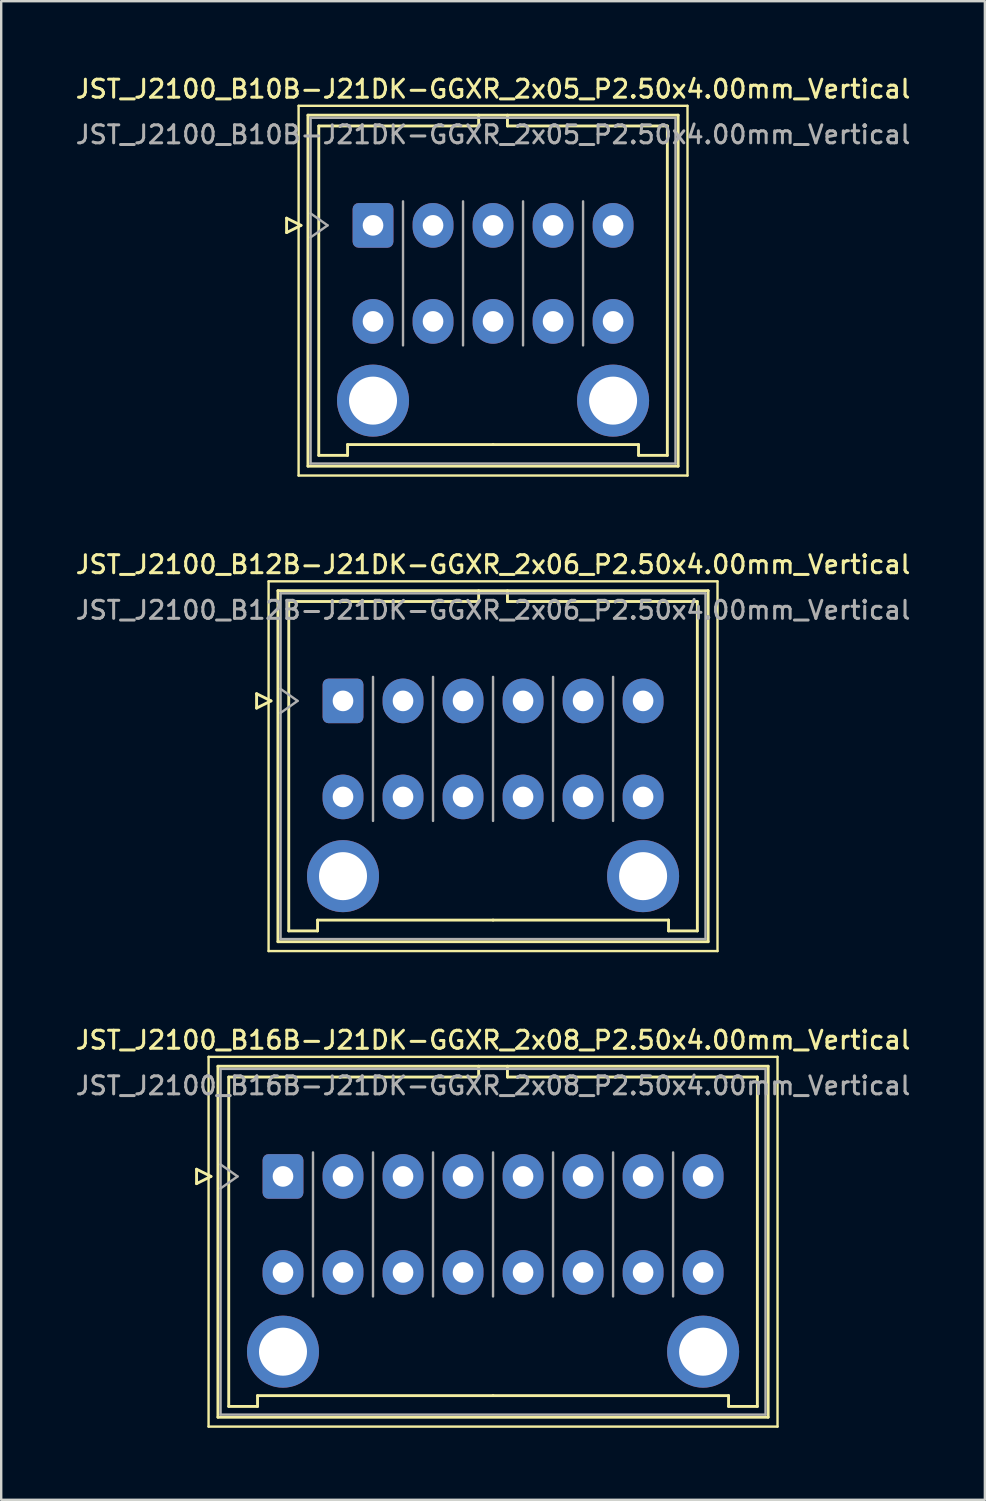
<source format=kicad_pcb>
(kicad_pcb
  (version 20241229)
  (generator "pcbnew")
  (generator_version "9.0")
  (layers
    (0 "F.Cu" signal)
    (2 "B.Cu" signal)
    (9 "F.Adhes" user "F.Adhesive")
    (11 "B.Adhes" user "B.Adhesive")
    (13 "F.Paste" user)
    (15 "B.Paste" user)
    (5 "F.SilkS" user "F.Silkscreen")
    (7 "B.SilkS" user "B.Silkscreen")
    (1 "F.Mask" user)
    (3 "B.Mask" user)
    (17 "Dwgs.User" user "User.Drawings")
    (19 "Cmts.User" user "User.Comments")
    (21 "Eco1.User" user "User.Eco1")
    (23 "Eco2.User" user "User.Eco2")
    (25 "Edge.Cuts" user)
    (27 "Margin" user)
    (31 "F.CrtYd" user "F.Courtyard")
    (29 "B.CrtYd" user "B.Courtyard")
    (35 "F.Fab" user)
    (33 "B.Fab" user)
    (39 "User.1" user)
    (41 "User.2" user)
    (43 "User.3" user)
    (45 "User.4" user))
  (footprint "JST_J2100_B10B-J21DK-GGXR_2x05_P2.50x4.00mm_Vertical"
    (layer "F.Cu")
    (at 12.488 6.338)
    (property "Reference" "JST_J2100_B10B-J21DK-GGXR_2x05_P2.50x4.00mm_Vertical" (at 5 -5.68 0) (layer "F.SilkS") (effects (font (size 0.75 0.75) (thickness 0.125))))
    (attr through_hole)
    (fp_line (start -3.6 -0.3) (end -3 0) (stroke (width 0.12) (type solid)) (layer "F.SilkS"))
    (fp_line (start -3.6 0.3) (end -3.6 -0.3) (stroke (width 0.12) (type solid)) (layer "F.SilkS"))
    (fp_line (start -3.1 -4.98) (end -3.1 10.42) (stroke (width 0.1) (type solid)) (layer "F.SilkS"))
    (fp_line (start -3.1 10.42) (end 13.1 10.42) (stroke (width 0.1) (type solid)) (layer "F.SilkS"))
    (fp_line (start -3 0) (end -3.6 0.3) (stroke (width 0.12) (type solid)) (layer "F.SilkS"))
    (fp_line (start -2.71 -4.59) (end -2.71 10.03) (stroke (width 0.12) (type solid)) (layer "F.SilkS"))
    (fp_line (start -2.71 10.03) (end 12.71 10.03) (stroke (width 0.12) (type solid)) (layer "F.SilkS"))
    (fp_line (start -2.26 -4.14) (end -2.26 9.58) (stroke (width 0.12) (type solid)) (layer "F.SilkS"))
    (fp_line (start -2.26 9.58) (end -1.06 9.58) (stroke (width 0.12) (type solid)) (layer "F.SilkS"))
    (fp_line (start -1.06 9.13) (end 5 9.13) (stroke (width 0.12) (type solid)) (layer "F.SilkS"))
    (fp_line (start -1.06 9.58) (end -1.06 9.13) (stroke (width 0.12) (type solid)) (layer "F.SilkS"))
    (fp_line (start 4.4 -4.59) (end 4.4 -4.14) (stroke (width 0.12) (type solid)) (layer "F.SilkS"))
    (fp_line (start 4.4 -4.14) (end -2.26 -4.14) (stroke (width 0.12) (type solid)) (layer "F.SilkS"))
    (fp_line (start 5.6 -4.59) (end 5.6 -4.14) (stroke (width 0.12) (type solid)) (layer "F.SilkS"))
    (fp_line (start 5.6 -4.14) (end 12.26 -4.14) (stroke (width 0.12) (type solid)) (layer "F.SilkS"))
    (fp_line (start 11.06 9.13) (end 5 9.13) (stroke (width 0.12) (type solid)) (layer "F.SilkS"))
    (fp_line (start 11.06 9.58) (end 11.06 9.13) (stroke (width 0.12) (type solid)) (layer "F.SilkS"))
    (fp_line (start 12.26 -4.14) (end 12.26 9.58) (stroke (width 0.12) (type solid)) (layer "F.SilkS"))
    (fp_line (start 12.26 9.58) (end 11.06 9.58) (stroke (width 0.12) (type solid)) (layer "F.SilkS"))
    (fp_line (start 12.71 -4.59) (end -2.71 -4.59) (stroke (width 0.12) (type solid)) (layer "F.SilkS"))
    (fp_line (start 12.71 10.03) (end 12.71 -4.59) (stroke (width 0.12) (type solid)) (layer "F.SilkS"))
    (fp_line (start 13.1 -4.98) (end -3.1 -4.98) (stroke (width 0.1) (type solid)) (layer "F.SilkS"))
    (fp_line (start 13.1 10.42) (end 13.1 -4.98) (stroke (width 0.1) (type solid)) (layer "F.SilkS"))
    (fp_line (start -2.6 -4.48) (end -2.6 9.92) (stroke (width 0.1) (type solid)) (layer "F.Fab"))
    (fp_line (start -2.6 0.5) (end -1.893 0) (stroke (width 0.1) (type solid)) (layer "F.Fab"))
    (fp_line (start -2.6 9.92) (end 12.6 9.92) (stroke (width 0.1) (type solid)) (layer "F.Fab"))
    (fp_line (start -1.893 0) (end -2.6 -0.5) (stroke (width 0.1) (type solid)) (layer "F.Fab"))
    (fp_line (start 1.25 5) (end 1.25 -1) (stroke (width 0.1) (type solid)) (layer "F.Fab"))
    (fp_line (start 3.75 5) (end 3.75 -1) (stroke (width 0.1) (type solid)) (layer "F.Fab"))
    (fp_line (start 6.25 5) (end 6.25 -1) (stroke (width 0.1) (type solid)) (layer "F.Fab"))
    (fp_line (start 8.75 5) (end 8.75 -1) (stroke (width 0.1) (type solid)) (layer "F.Fab"))
    (fp_line (start 12.6 -4.48) (end -2.6 -4.48) (stroke (width 0.1) (type solid)) (layer "F.Fab"))
    (fp_line (start 12.6 9.92) (end 12.6 -4.48) (stroke (width 0.1) (type solid)) (layer "F.Fab"))
    (fp_text user "${REFERENCE}" (at 5 -3.78 0) (layer "F.Fab") (effects (font (size 0.75 0.75) (thickness 0.125))))
    (pad "" thru_hole circle (at 0 7.3) (size 3 3) (drill 2) (layers "*.Cu" "*.Mask"))
    (pad "" thru_hole circle (at 10 7.3) (size 3 3) (drill 2) (layers "*.Cu" "*.Mask"))
    (pad "1" thru_hole roundrect (at 0 0) (size 1.7 1.86) (drill 0.86) (layers "*.Cu" "*.Mask") (roundrect_rratio 0.147))
    (pad "2" thru_hole oval (at 2.5 0) (size 1.7 1.86) (drill 0.86) (layers "*.Cu" "*.Mask"))
    (pad "3" thru_hole oval (at 5 0) (size 1.7 1.86) (drill 0.86) (layers "*.Cu" "*.Mask"))
    (pad "4" thru_hole oval (at 7.5 0) (size 1.7 1.86) (drill 0.86) (layers "*.Cu" "*.Mask"))
    (pad "5" thru_hole oval (at 10 0) (size 1.7 1.86) (drill 0.86) (layers "*.Cu" "*.Mask"))
    (pad "6" thru_hole oval (at 0 4) (size 1.7 1.86) (drill 0.86) (layers "*.Cu" "*.Mask"))
    (pad "7" thru_hole oval (at 2.5 4) (size 1.7 1.86) (drill 0.86) (layers "*.Cu" "*.Mask"))
    (pad "8" thru_hole oval (at 5 4) (size 1.7 1.86) (drill 0.86) (layers "*.Cu" "*.Mask"))
    (pad "9" thru_hole oval (at 7.5 4) (size 1.7 1.86) (drill 0.86) (layers "*.Cu" "*.Mask"))
    (pad "10" thru_hole oval (at 10 4) (size 1.7 1.86) (drill 0.86) (layers "*.Cu" "*.Mask")))
  (footprint "JST_J2100_B12B-J21DK-GGXR_2x06_P2.50x4.00mm_Vertical"
    (layer "F.Cu")
    (at 11.238 26.146)
    (property "Reference" "JST_J2100_B12B-J21DK-GGXR_2x06_P2.50x4.00mm_Vertical" (at 6.25 -5.68 0) (layer "F.SilkS") (effects (font (size 0.75 0.75) (thickness 0.125))))
    (attr through_hole)
    (fp_line (start -3.6 -0.3) (end -3 0) (stroke (width 0.12) (type solid)) (layer "F.SilkS"))
    (fp_line (start -3.6 0.3) (end -3.6 -0.3) (stroke (width 0.12) (type solid)) (layer "F.SilkS"))
    (fp_line (start -3.1 -4.98) (end -3.1 10.42) (stroke (width 0.1) (type solid)) (layer "F.SilkS"))
    (fp_line (start -3.1 10.42) (end 15.6 10.42) (stroke (width 0.1) (type solid)) (layer "F.SilkS"))
    (fp_line (start -3 0) (end -3.6 0.3) (stroke (width 0.12) (type solid)) (layer "F.SilkS"))
    (fp_line (start -2.71 -4.59) (end -2.71 10.03) (stroke (width 0.12) (type solid)) (layer "F.SilkS"))
    (fp_line (start -2.71 10.03) (end 15.21 10.03) (stroke (width 0.12) (type solid)) (layer "F.SilkS"))
    (fp_line (start -2.26 -4.14) (end -2.26 9.58) (stroke (width 0.12) (type solid)) (layer "F.SilkS"))
    (fp_line (start -2.26 9.58) (end -1.06 9.58) (stroke (width 0.12) (type solid)) (layer "F.SilkS"))
    (fp_line (start -1.06 9.13) (end 6.25 9.13) (stroke (width 0.12) (type solid)) (layer "F.SilkS"))
    (fp_line (start -1.06 9.58) (end -1.06 9.13) (stroke (width 0.12) (type solid)) (layer "F.SilkS"))
    (fp_line (start 5.65 -4.59) (end 5.65 -4.14) (stroke (width 0.12) (type solid)) (layer "F.SilkS"))
    (fp_line (start 5.65 -4.14) (end -2.26 -4.14) (stroke (width 0.12) (type solid)) (layer "F.SilkS"))
    (fp_line (start 6.85 -4.59) (end 6.85 -4.14) (stroke (width 0.12) (type solid)) (layer "F.SilkS"))
    (fp_line (start 6.85 -4.14) (end 14.76 -4.14) (stroke (width 0.12) (type solid)) (layer "F.SilkS"))
    (fp_line (start 13.56 9.13) (end 6.25 9.13) (stroke (width 0.12) (type solid)) (layer "F.SilkS"))
    (fp_line (start 13.56 9.58) (end 13.56 9.13) (stroke (width 0.12) (type solid)) (layer "F.SilkS"))
    (fp_line (start 14.76 -4.14) (end 14.76 9.58) (stroke (width 0.12) (type solid)) (layer "F.SilkS"))
    (fp_line (start 14.76 9.58) (end 13.56 9.58) (stroke (width 0.12) (type solid)) (layer "F.SilkS"))
    (fp_line (start 15.21 -4.59) (end -2.71 -4.59) (stroke (width 0.12) (type solid)) (layer "F.SilkS"))
    (fp_line (start 15.21 10.03) (end 15.21 -4.59) (stroke (width 0.12) (type solid)) (layer "F.SilkS"))
    (fp_line (start 15.6 -4.98) (end -3.1 -4.98) (stroke (width 0.1) (type solid)) (layer "F.SilkS"))
    (fp_line (start 15.6 10.42) (end 15.6 -4.98) (stroke (width 0.1) (type solid)) (layer "F.SilkS"))
    (fp_line (start -2.6 -4.48) (end -2.6 9.92) (stroke (width 0.1) (type solid)) (layer "F.Fab"))
    (fp_line (start -2.6 0.5) (end -1.893 0) (stroke (width 0.1) (type solid)) (layer "F.Fab"))
    (fp_line (start -2.6 9.92) (end 15.1 9.92) (stroke (width 0.1) (type solid)) (layer "F.Fab"))
    (fp_line (start -1.893 0) (end -2.6 -0.5) (stroke (width 0.1) (type solid)) (layer "F.Fab"))
    (fp_line (start 1.25 5) (end 1.25 -1) (stroke (width 0.1) (type solid)) (layer "F.Fab"))
    (fp_line (start 3.75 5) (end 3.75 -1) (stroke (width 0.1) (type solid)) (layer "F.Fab"))
    (fp_line (start 6.25 5) (end 6.25 -1) (stroke (width 0.1) (type solid)) (layer "F.Fab"))
    (fp_line (start 8.75 5) (end 8.75 -1) (stroke (width 0.1) (type solid)) (layer "F.Fab"))
    (fp_line (start 11.25 5) (end 11.25 -1) (stroke (width 0.1) (type solid)) (layer "F.Fab"))
    (fp_line (start 15.1 -4.48) (end -2.6 -4.48) (stroke (width 0.1) (type solid)) (layer "F.Fab"))
    (fp_line (start 15.1 9.92) (end 15.1 -4.48) (stroke (width 0.1) (type solid)) (layer "F.Fab"))
    (fp_text user "${REFERENCE}" (at 6.25 -3.78 0) (layer "F.Fab") (effects (font (size 0.75 0.75) (thickness 0.125))))
    (pad "" thru_hole circle (at 0 7.3) (size 3 3) (drill 2) (layers "*.Cu" "*.Mask"))
    (pad "" thru_hole circle (at 12.5 7.3) (size 3 3) (drill 2) (layers "*.Cu" "*.Mask"))
    (pad "1" thru_hole roundrect (at 0 0) (size 1.7 1.86) (drill 0.86) (layers "*.Cu" "*.Mask") (roundrect_rratio 0.147))
    (pad "2" thru_hole oval (at 2.5 0) (size 1.7 1.86) (drill 0.86) (layers "*.Cu" "*.Mask"))
    (pad "3" thru_hole oval (at 5 0) (size 1.7 1.86) (drill 0.86) (layers "*.Cu" "*.Mask"))
    (pad "4" thru_hole oval (at 7.5 0) (size 1.7 1.86) (drill 0.86) (layers "*.Cu" "*.Mask"))
    (pad "5" thru_hole oval (at 10 0) (size 1.7 1.86) (drill 0.86) (layers "*.Cu" "*.Mask"))
    (pad "6" thru_hole oval (at 12.5 0) (size 1.7 1.86) (drill 0.86) (layers "*.Cu" "*.Mask"))
    (pad "7" thru_hole oval (at 0 4) (size 1.7 1.86) (drill 0.86) (layers "*.Cu" "*.Mask"))
    (pad "8" thru_hole oval (at 2.5 4) (size 1.7 1.86) (drill 0.86) (layers "*.Cu" "*.Mask"))
    (pad "9" thru_hole oval (at 5 4) (size 1.7 1.86) (drill 0.86) (layers "*.Cu" "*.Mask"))
    (pad "10" thru_hole oval (at 7.5 4) (size 1.7 1.86) (drill 0.86) (layers "*.Cu" "*.Mask"))
    (pad "11" thru_hole oval (at 10 4) (size 1.7 1.86) (drill 0.86) (layers "*.Cu" "*.Mask"))
    (pad "12" thru_hole oval (at 12.5 4) (size 1.7 1.86) (drill 0.86) (layers "*.Cu" "*.Mask")))
  (footprint "JST_J2100_B16B-J21DK-GGXR_2x08_P2.50x4.00mm_Vertical"
    (layer "F.Cu")
    (at 8.738 45.954)
    (property "Reference" "JST_J2100_B16B-J21DK-GGXR_2x08_P2.50x4.00mm_Vertical" (at 8.75 -5.68 0) (layer "F.SilkS") (effects (font (size 0.75 0.75) (thickness 0.125))))
    (attr through_hole)
    (fp_line (start -3.6 -0.3) (end -3 0) (stroke (width 0.12) (type solid)) (layer "F.SilkS"))
    (fp_line (start -3.6 0.3) (end -3.6 -0.3) (stroke (width 0.12) (type solid)) (layer "F.SilkS"))
    (fp_line (start -3.1 -4.98) (end -3.1 10.42) (stroke (width 0.1) (type solid)) (layer "F.SilkS"))
    (fp_line (start -3.1 10.42) (end 20.6 10.42) (stroke (width 0.1) (type solid)) (layer "F.SilkS"))
    (fp_line (start -3 0) (end -3.6 0.3) (stroke (width 0.12) (type solid)) (layer "F.SilkS"))
    (fp_line (start -2.71 -4.59) (end -2.71 10.03) (stroke (width 0.12) (type solid)) (layer "F.SilkS"))
    (fp_line (start -2.71 10.03) (end 20.21 10.03) (stroke (width 0.12) (type solid)) (layer "F.SilkS"))
    (fp_line (start -2.26 -4.14) (end -2.26 9.58) (stroke (width 0.12) (type solid)) (layer "F.SilkS"))
    (fp_line (start -2.26 9.58) (end -1.06 9.58) (stroke (width 0.12) (type solid)) (layer "F.SilkS"))
    (fp_line (start -1.06 9.13) (end 8.75 9.13) (stroke (width 0.12) (type solid)) (layer "F.SilkS"))
    (fp_line (start -1.06 9.58) (end -1.06 9.13) (stroke (width 0.12) (type solid)) (layer "F.SilkS"))
    (fp_line (start 8.15 -4.59) (end 8.15 -4.14) (stroke (width 0.12) (type solid)) (layer "F.SilkS"))
    (fp_line (start 8.15 -4.14) (end -2.26 -4.14) (stroke (width 0.12) (type solid)) (layer "F.SilkS"))
    (fp_line (start 9.35 -4.59) (end 9.35 -4.14) (stroke (width 0.12) (type solid)) (layer "F.SilkS"))
    (fp_line (start 9.35 -4.14) (end 19.76 -4.14) (stroke (width 0.12) (type solid)) (layer "F.SilkS"))
    (fp_line (start 18.56 9.13) (end 8.75 9.13) (stroke (width 0.12) (type solid)) (layer "F.SilkS"))
    (fp_line (start 18.56 9.58) (end 18.56 9.13) (stroke (width 0.12) (type solid)) (layer "F.SilkS"))
    (fp_line (start 19.76 -4.14) (end 19.76 9.58) (stroke (width 0.12) (type solid)) (layer "F.SilkS"))
    (fp_line (start 19.76 9.58) (end 18.56 9.58) (stroke (width 0.12) (type solid)) (layer "F.SilkS"))
    (fp_line (start 20.21 -4.59) (end -2.71 -4.59) (stroke (width 0.12) (type solid)) (layer "F.SilkS"))
    (fp_line (start 20.21 10.03) (end 20.21 -4.59) (stroke (width 0.12) (type solid)) (layer "F.SilkS"))
    (fp_line (start 20.6 -4.98) (end -3.1 -4.98) (stroke (width 0.1) (type solid)) (layer "F.SilkS"))
    (fp_line (start 20.6 10.42) (end 20.6 -4.98) (stroke (width 0.1) (type solid)) (layer "F.SilkS"))
    (fp_line (start -2.6 -4.48) (end -2.6 9.92) (stroke (width 0.1) (type solid)) (layer "F.Fab"))
    (fp_line (start -2.6 0.5) (end -1.893 0) (stroke (width 0.1) (type solid)) (layer "F.Fab"))
    (fp_line (start -2.6 9.92) (end 20.1 9.92) (stroke (width 0.1) (type solid)) (layer "F.Fab"))
    (fp_line (start -1.893 0) (end -2.6 -0.5) (stroke (width 0.1) (type solid)) (layer "F.Fab"))
    (fp_line (start 1.25 5) (end 1.25 -1) (stroke (width 0.1) (type solid)) (layer "F.Fab"))
    (fp_line (start 3.75 5) (end 3.75 -1) (stroke (width 0.1) (type solid)) (layer "F.Fab"))
    (fp_line (start 6.25 5) (end 6.25 -1) (stroke (width 0.1) (type solid)) (layer "F.Fab"))
    (fp_line (start 8.75 5) (end 8.75 -1) (stroke (width 0.1) (type solid)) (layer "F.Fab"))
    (fp_line (start 11.25 5) (end 11.25 -1) (stroke (width 0.1) (type solid)) (layer "F.Fab"))
    (fp_line (start 13.75 5) (end 13.75 -1) (stroke (width 0.1) (type solid)) (layer "F.Fab"))
    (fp_line (start 16.25 5) (end 16.25 -1) (stroke (width 0.1) (type solid)) (layer "F.Fab"))
    (fp_line (start 20.1 -4.48) (end -2.6 -4.48) (stroke (width 0.1) (type solid)) (layer "F.Fab"))
    (fp_line (start 20.1 9.92) (end 20.1 -4.48) (stroke (width 0.1) (type solid)) (layer "F.Fab"))
    (fp_text user "${REFERENCE}" (at 8.75 -3.78 0) (layer "F.Fab") (effects (font (size 0.75 0.75) (thickness 0.125))))
    (pad "" thru_hole circle (at 0 7.3) (size 3 3) (drill 2) (layers "*.Cu" "*.Mask"))
    (pad "" thru_hole circle (at 17.5 7.3) (size 3 3) (drill 2) (layers "*.Cu" "*.Mask"))
    (pad "1" thru_hole roundrect (at 0 0) (size 1.7 1.86) (drill 0.86) (layers "*.Cu" "*.Mask") (roundrect_rratio 0.147))
    (pad "2" thru_hole oval (at 2.5 0) (size 1.7 1.86) (drill 0.86) (layers "*.Cu" "*.Mask"))
    (pad "3" thru_hole oval (at 5 0) (size 1.7 1.86) (drill 0.86) (layers "*.Cu" "*.Mask"))
    (pad "4" thru_hole oval (at 7.5 0) (size 1.7 1.86) (drill 0.86) (layers "*.Cu" "*.Mask"))
    (pad "5" thru_hole oval (at 10 0) (size 1.7 1.86) (drill 0.86) (layers "*.Cu" "*.Mask"))
    (pad "6" thru_hole oval (at 12.5 0) (size 1.7 1.86) (drill 0.86) (layers "*.Cu" "*.Mask"))
    (pad "7" thru_hole oval (at 15 0) (size 1.7 1.86) (drill 0.86) (layers "*.Cu" "*.Mask"))
    (pad "8" thru_hole oval (at 17.5 0) (size 1.7 1.86) (drill 0.86) (layers "*.Cu" "*.Mask"))
    (pad "9" thru_hole oval (at 0 4) (size 1.7 1.86) (drill 0.86) (layers "*.Cu" "*.Mask"))
    (pad "10" thru_hole oval (at 2.5 4) (size 1.7 1.86) (drill 0.86) (layers "*.Cu" "*.Mask"))
    (pad "11" thru_hole oval (at 5 4) (size 1.7 1.86) (drill 0.86) (layers "*.Cu" "*.Mask"))
    (pad "12" thru_hole oval (at 7.5 4) (size 1.7 1.86) (drill 0.86) (layers "*.Cu" "*.Mask"))
    (pad "13" thru_hole oval (at 10 4) (size 1.7 1.86) (drill 0.86) (layers "*.Cu" "*.Mask"))
    (pad "14" thru_hole oval (at 12.5 4) (size 1.7 1.86) (drill 0.86) (layers "*.Cu" "*.Mask"))
    (pad "15" thru_hole oval (at 15 4) (size 1.7 1.86) (drill 0.86) (layers "*.Cu" "*.Mask"))
    (pad "16" thru_hole oval (at 17.5 4) (size 1.7 1.86) (drill 0.86) (layers "*.Cu" "*.Mask")))
  (gr_rect
    (start -3 -3)
    (end 37.975 59.424)
    (stroke (width 0.1) (type default))
    (fill no)
    (layer "Edge.Cuts")))
</source>
